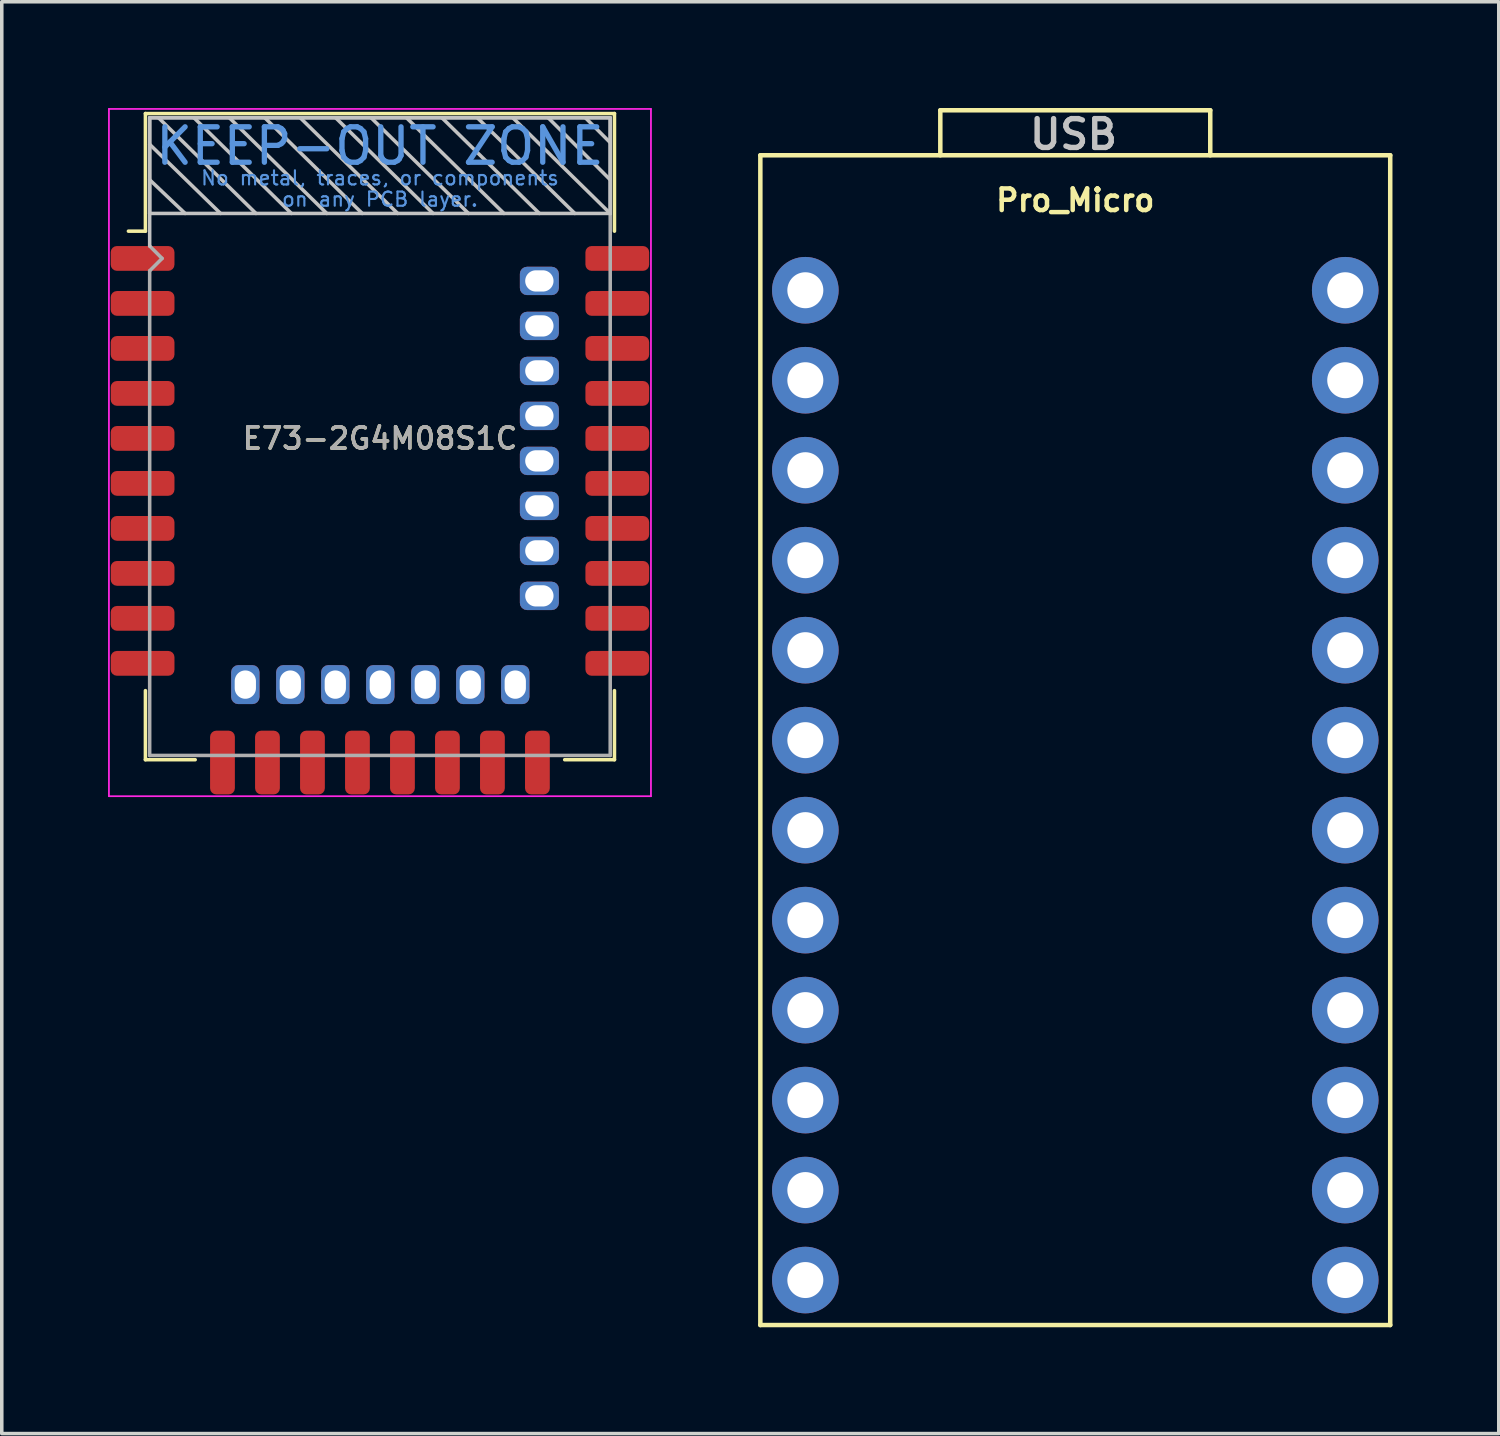
<source format=kicad_pcb>
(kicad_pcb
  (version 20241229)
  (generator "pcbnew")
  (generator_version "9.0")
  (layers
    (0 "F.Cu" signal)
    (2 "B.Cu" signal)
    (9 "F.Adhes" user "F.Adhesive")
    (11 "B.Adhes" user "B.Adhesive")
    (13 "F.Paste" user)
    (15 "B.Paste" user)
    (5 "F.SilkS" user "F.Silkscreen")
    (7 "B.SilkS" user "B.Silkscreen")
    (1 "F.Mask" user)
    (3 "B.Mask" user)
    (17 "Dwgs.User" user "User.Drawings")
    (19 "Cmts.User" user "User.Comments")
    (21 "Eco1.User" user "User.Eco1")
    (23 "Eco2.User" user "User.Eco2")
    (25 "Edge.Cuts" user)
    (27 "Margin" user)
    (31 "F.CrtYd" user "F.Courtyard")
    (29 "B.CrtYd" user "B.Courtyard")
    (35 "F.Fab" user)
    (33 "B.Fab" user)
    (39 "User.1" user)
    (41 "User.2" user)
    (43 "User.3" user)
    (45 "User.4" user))
  (footprint "E73-2G4M08S1C"
    (layer "F.Cu")
    (at 7.675 9.325)
    (property "Reference" "E73-2G4M08S1C" (at 0 0 0) (layer "F.SilkS") (effects (font (size 0.6 0.6) (thickness 0.1))))
    (attr smd)
    (fp_line (start -6.62 -9.17) (end -6.62 -5.85) (stroke (width 0.1) (type solid)) (layer "F.SilkS"))
    (fp_line (start -6.62 -5.85) (end -7.1 -5.85) (stroke (width 0.1) (type solid)) (layer "F.SilkS"))
    (fp_line (start -6.62 9.07) (end -6.62 7.12) (stroke (width 0.1) (type solid)) (layer "F.SilkS"))
    (fp_line (start -6.62 9.07) (end -5.215 9.07) (stroke (width 0.1) (type solid)) (layer "F.SilkS"))
    (fp_line (start 6.62 -9.17) (end -6.62 -9.17) (stroke (width 0.1) (type solid)) (layer "F.SilkS"))
    (fp_line (start 6.62 -9.17) (end 6.62 -5.85) (stroke (width 0.1) (type solid)) (layer "F.SilkS"))
    (fp_line (start 6.62 9.07) (end 5.215 9.07) (stroke (width 0.1) (type solid)) (layer "F.SilkS"))
    (fp_line (start 6.62 9.07) (end 6.62 7.12) (stroke (width 0.1) (type solid)) (layer "F.SilkS"))
    (fp_line (start -6.5 -9.05) (end 6.5 -9.05) (stroke (width 0.1) (type solid)) (layer "Dwgs.User"))
    (fp_line (start -6.5 -8.3) (end -4.5 -6.35) (stroke (width 0.1) (type solid)) (layer "Dwgs.User"))
    (fp_line (start -6.5 -5.43) (end -6.5 -9.05) (stroke (width 0.1) (type solid)) (layer "Dwgs.User"))
    (fp_line (start -5.5 -6.35) (end -6.5 -7.3) (stroke (width 0.1) (type solid)) (layer "Dwgs.User"))
    (fp_line (start -5.25 -9.05) (end -2.5 -6.35) (stroke (width 0.1) (type solid)) (layer "Dwgs.User"))
    (fp_line (start -3.5 -6.35) (end -6.25 -9.05) (stroke (width 0.1) (type solid)) (layer "Dwgs.User"))
    (fp_line (start -3.25 -9.05) (end -0.5 -6.35) (stroke (width 0.1) (type solid)) (layer "Dwgs.User"))
    (fp_line (start -1.5 -6.35) (end -4.25 -9.05) (stroke (width 0.1) (type solid)) (layer "Dwgs.User"))
    (fp_line (start -1.25 -9.05) (end 1.5 -6.35) (stroke (width 0.1) (type solid)) (layer "Dwgs.User"))
    (fp_line (start 0.5 -6.35) (end -2.25 -9.05) (stroke (width 0.1) (type solid)) (layer "Dwgs.User"))
    (fp_line (start 0.75 -9.05) (end 3.5 -6.35) (stroke (width 0.1) (type solid)) (layer "Dwgs.User"))
    (fp_line (start 2.5 -6.35) (end -0.25 -9.05) (stroke (width 0.1) (type solid)) (layer "Dwgs.User"))
    (fp_line (start 2.75 -9.05) (end 5.5 -6.35) (stroke (width 0.1) (type solid)) (layer "Dwgs.User"))
    (fp_line (start 4.5 -6.35) (end 1.75 -9.05) (stroke (width 0.1) (type solid)) (layer "Dwgs.User"))
    (fp_line (start 4.75 -9.05) (end 6.5 -7.3) (stroke (width 0.1) (type solid)) (layer "Dwgs.User"))
    (fp_line (start 5.8 -9.05) (end 6.5 -8.35) (stroke (width 0.1) (type solid)) (layer "Dwgs.User"))
    (fp_line (start 6.5 -9.05) (end 6.5 -6.35) (stroke (width 0.1) (type solid)) (layer "Dwgs.User"))
    (fp_line (start 6.5 -6.35) (end -6.5 -6.35) (stroke (width 0.1) (type solid)) (layer "Dwgs.User"))
    (fp_line (start 6.5 -6.35) (end 3.75 -9.05) (stroke (width 0.1) (type solid)) (layer "Dwgs.User"))
    (fp_line (start -7.65 -9.3) (end -7.65 10.1) (stroke (width 0.05) (type solid)) (layer "F.CrtYd"))
    (fp_line (start -7.65 10.1) (end 7.65 10.1) (stroke (width 0.05) (type solid)) (layer "F.CrtYd"))
    (fp_line (start 7.65 -9.3) (end -7.65 -9.3) (stroke (width 0.05) (type solid)) (layer "F.CrtYd"))
    (fp_line (start 7.65 10.1) (end 7.65 -9.3) (stroke (width 0.05) (type solid)) (layer "F.CrtYd"))
    (fp_line (start -6.5 -6.35) (end -6.5 -9.05) (stroke (width 0.1) (type solid)) (layer "F.Fab"))
    (fp_line (start -6.5 -5.43) (end -6.15 -5.08) (stroke (width 0.1) (type solid)) (layer "F.Fab"))
    (fp_line (start -6.5 -4.73) (end -6.5 8.95) (stroke (width 0.1) (type solid)) (layer "F.Fab"))
    (fp_line (start -6.5 8.95) (end 6.5 8.95) (stroke (width 0.1) (type solid)) (layer "F.Fab"))
    (fp_line (start -6.15 -5.08) (end -6.5 -4.73) (stroke (width 0.1) (type solid)) (layer "F.Fab"))
    (fp_line (start 6.5 -9.05) (end -6.5 -9.05) (stroke (width 0.1) (type solid)) (layer "F.Fab"))
    (fp_line (start 6.5 8.95) (end 6.5 -9.05) (stroke (width 0.1) (type solid)) (layer "F.Fab"))
    (fp_text user "KEEP-OUT ZONE" (at 0 -8.25 0) (layer "Cmts.User") (effects (font (size 1 1) (thickness 0.15))))
    (fp_text user "No metal, traces, or components" (at 0 -7.35 0) (layer "Cmts.User") (effects (font (size 0.4 0.4) (thickness 0.06))))
    (fp_text user "on any PCB layer." (at 0 -6.75 0) (layer "Cmts.User") (effects (font (size 0.4 0.4) (thickness 0.06))))
    (fp_text user "${REFERENCE}" (at 0 0 0) (layer "F.Fab") (effects (font (size 0.6 0.6) (thickness 0.1))))
    (pad "1" smd roundrect (at -6.7 -5.08) (size 1.8 0.7) (layers "F.Cu" "F.Mask" "F.Paste") (roundrect_rratio 0.25))
    (pad "2" smd roundrect (at -6.7 -3.81) (size 1.8 0.7) (layers "F.Cu" "F.Mask" "F.Paste") (roundrect_rratio 0.25))
    (pad "3" smd roundrect (at -6.7 -2.54) (size 1.8 0.7) (layers "F.Cu" "F.Mask" "F.Paste") (roundrect_rratio 0.25))
    (pad "4" smd roundrect (at -6.7 -1.27) (size 1.8 0.7) (layers "F.Cu" "F.Mask" "F.Paste") (roundrect_rratio 0.25))
    (pad "5" smd roundrect (at -6.7 0) (size 1.8 0.7) (layers "F.Cu" "F.Mask" "F.Paste") (roundrect_rratio 0.25))
    (pad "6" smd roundrect (at -6.7 1.27) (size 1.8 0.7) (layers "F.Cu" "F.Mask" "F.Paste") (roundrect_rratio 0.25))
    (pad "7" smd roundrect (at -6.7 2.54) (size 1.8 0.7) (layers "F.Cu" "F.Mask" "F.Paste") (roundrect_rratio 0.25))
    (pad "8" smd roundrect (at -6.7 3.81) (size 1.8 0.7) (layers "F.Cu" "F.Mask" "F.Paste") (roundrect_rratio 0.25))
    (pad "9" smd roundrect (at -6.7 5.08) (size 1.8 0.7) (layers "F.Cu" "F.Mask" "F.Paste") (roundrect_rratio 0.25))
    (pad "10" smd roundrect (at -6.7 6.35) (size 1.8 0.7) (layers "F.Cu" "F.Mask" "F.Paste") (roundrect_rratio 0.25))
    (pad "11" smd roundrect (at -4.445 9.15) (size 0.7 1.8) (layers "F.Cu" "F.Mask" "F.Paste") (roundrect_rratio 0.25))
    (pad "12" thru_hole roundrect (at -3.8 6.95) (size 0.8 1.1) (drill oval 0.6 0.8) (layers "*.Cu" "*.Mask") (roundrect_rratio 0.25))
    (pad "13" smd roundrect (at -3.175 9.15) (size 0.7 1.8) (layers "F.Cu" "F.Mask" "F.Paste") (roundrect_rratio 0.25))
    (pad "14" thru_hole roundrect (at -2.53 6.95) (size 0.8 1.1) (drill oval 0.6 0.8) (layers "*.Cu" "*.Mask") (roundrect_rratio 0.25))
    (pad "15" smd roundrect (at -1.905 9.15) (size 0.7 1.8) (layers "F.Cu" "F.Mask" "F.Paste") (roundrect_rratio 0.25))
    (pad "16" thru_hole roundrect (at -1.26 6.95) (size 0.8 1.1) (drill oval 0.6 0.8) (layers "*.Cu" "*.Mask") (roundrect_rratio 0.25))
    (pad "17" smd roundrect (at -0.635 9.15) (size 0.7 1.8) (layers "F.Cu" "F.Mask" "F.Paste") (roundrect_rratio 0.25))
    (pad "18" thru_hole roundrect (at 0.01 6.95) (size 0.8 1.1) (drill oval 0.6 0.8) (layers "*.Cu" "*.Mask") (roundrect_rratio 0.25))
    (pad "19" smd roundrect (at 0.635 9.15) (size 0.7 1.8) (layers "F.Cu" "F.Mask" "F.Paste") (roundrect_rratio 0.25))
    (pad "20" thru_hole roundrect (at 1.28 6.95) (size 0.8 1.1) (drill oval 0.6 0.8) (layers "*.Cu" "*.Mask") (roundrect_rratio 0.25))
    (pad "21" smd roundrect (at 1.905 9.15) (size 0.7 1.8) (layers "F.Cu" "F.Mask" "F.Paste") (roundrect_rratio 0.25))
    (pad "22" thru_hole roundrect (at 2.55 6.95) (size 0.8 1.1) (drill oval 0.6 0.8) (layers "*.Cu" "*.Mask") (roundrect_rratio 0.25))
    (pad "23" smd roundrect (at 3.175 9.15) (size 0.7 1.8) (layers "F.Cu" "F.Mask" "F.Paste") (roundrect_rratio 0.25))
    (pad "24" thru_hole roundrect (at 3.82 6.95) (size 0.8 1.1) (drill oval 0.6 0.8) (layers "*.Cu" "*.Mask") (roundrect_rratio 0.25))
    (pad "25" smd roundrect (at 4.445 9.15) (size 0.7 1.8) (layers "F.Cu" "F.Mask" "F.Paste") (roundrect_rratio 0.25))
    (pad "26" smd roundrect (at 6.7 6.35) (size 1.8 0.7) (layers "F.Cu" "F.Mask" "F.Paste") (roundrect_rratio 0.25))
    (pad "27" smd roundrect (at 6.7 5.08) (size 1.8 0.7) (layers "F.Cu" "F.Mask" "F.Paste") (roundrect_rratio 0.25))
    (pad "28" thru_hole roundrect (at 4.5 4.445) (size 1.1 0.8) (drill oval 0.8 0.6) (layers "*.Cu" "*.Mask") (roundrect_rratio 0.25))
    (pad "29" smd roundrect (at 6.7 3.81) (size 1.8 0.7) (layers "F.Cu" "F.Mask" "F.Paste") (roundrect_rratio 0.25))
    (pad "30" thru_hole roundrect (at 4.5 3.175) (size 1.1 0.8) (drill oval 0.8 0.6) (layers "*.Cu" "*.Mask") (roundrect_rratio 0.25))
    (pad "31" smd roundrect (at 6.7 2.54) (size 1.8 0.7) (layers "F.Cu" "F.Mask" "F.Paste") (roundrect_rratio 0.25))
    (pad "32" thru_hole roundrect (at 4.5 1.905) (size 1.1 0.8) (drill oval 0.8 0.6) (layers "*.Cu" "*.Mask") (roundrect_rratio 0.25))
    (pad "33" smd roundrect (at 6.7 1.27) (size 1.8 0.7) (layers "F.Cu" "F.Mask" "F.Paste") (roundrect_rratio 0.25))
    (pad "34" thru_hole roundrect (at 4.5 0.635) (size 1.1 0.8) (drill oval 0.8 0.6) (layers "*.Cu" "*.Mask") (roundrect_rratio 0.25))
    (pad "35" smd roundrect (at 6.7 0) (size 1.8 0.7) (layers "F.Cu" "F.Mask" "F.Paste") (roundrect_rratio 0.25))
    (pad "36" thru_hole roundrect (at 4.5 -0.635) (size 1.1 0.8) (drill oval 0.8 0.6) (layers "*.Cu" "*.Mask") (roundrect_rratio 0.25))
    (pad "37" smd roundrect (at 6.7 -1.27) (size 1.8 0.7) (layers "F.Cu" "F.Mask" "F.Paste") (roundrect_rratio 0.25))
    (pad "38" thru_hole roundrect (at 4.5 -1.905) (size 1.1 0.8) (drill oval 0.8 0.6) (layers "*.Cu" "*.Mask") (roundrect_rratio 0.25))
    (pad "39" smd roundrect (at 6.7 -2.54) (size 1.8 0.7) (layers "F.Cu" "F.Mask" "F.Paste") (roundrect_rratio 0.25))
    (pad "40" thru_hole roundrect (at 4.5 -3.175) (size 1.1 0.8) (drill oval 0.8 0.6) (layers "*.Cu" "*.Mask") (roundrect_rratio 0.25))
    (pad "41" smd roundrect (at 6.7 -3.81) (size 1.8 0.7) (layers "F.Cu" "F.Mask" "F.Paste") (roundrect_rratio 0.25))
    (pad "42" thru_hole roundrect (at 4.5 -4.445) (size 1.1 0.8) (drill oval 0.8 0.6) (layers "*.Cu" "*.Mask") (roundrect_rratio 0.25))
    (pad "43" smd roundrect (at 6.7 -5.08) (size 1.8 0.7) (layers "F.Cu" "F.Mask" "F.Paste") (roundrect_rratio 0.25)))
  (footprint "Pro_Micro"
    (layer "F.Cu")
    (at 27.303 17.843)
    (property "Reference" "Pro_Micro" (at 0 -15.24 0) (layer "F.SilkS") (effects (font (size 0.61 0.61) (thickness 0.127))))
    (attr exclude_from_pos_files exclude_from_bom)
    (fp_line (start -8.89 -16.51) (end -8.89 16.51) (stroke (width 0.127) (type solid)) (layer "F.SilkS"))
    (fp_line (start -8.89 16.51) (end 8.89 16.51) (stroke (width 0.127) (type solid)) (layer "F.SilkS"))
    (fp_line (start -3.81 -17.78) (end 3.81 -17.78) (stroke (width 0.127) (type solid)) (layer "F.SilkS"))
    (fp_line (start -3.81 -16.51) (end -3.81 -17.78) (stroke (width 0.127) (type solid)) (layer "F.SilkS"))
    (fp_line (start 3.81 -17.78) (end 3.81 -16.51) (stroke (width 0.127) (type solid)) (layer "F.SilkS"))
    (fp_line (start 8.89 -16.51) (end -8.89 -16.51) (stroke (width 0.127) (type solid)) (layer "F.SilkS"))
    (fp_line (start 8.89 16.51) (end 8.89 -16.51) (stroke (width 0.127) (type solid)) (layer "F.SilkS"))
    (fp_text user "USB" (at -0.051 -17.1 0) (layer "Dwgs.User") (effects (font (size 0.813 0.813) (thickness 0.152))))
    (pad "1" thru_hole circle (at -7.62 -12.7) (size 1.88 1.88) (drill 1.016) (layers "*.Cu" "*.Mask"))
    (pad "2" thru_hole circle (at -7.62 -10.16) (size 1.88 1.88) (drill 1.016) (layers "*.Cu" "*.Mask"))
    (pad "3" thru_hole circle (at -7.62 -7.62) (size 1.88 1.88) (drill 1.016) (layers "*.Cu" "*.Mask"))
    (pad "4" thru_hole circle (at -7.62 -5.08) (size 1.88 1.88) (drill 1.016) (layers "*.Cu" "*.Mask"))
    (pad "5" thru_hole circle (at -7.62 -2.54) (size 1.88 1.88) (drill 1.016) (layers "*.Cu" "*.Mask"))
    (pad "6" thru_hole circle (at -7.62 0) (size 1.88 1.88) (drill 1.016) (layers "*.Cu" "*.Mask"))
    (pad "7" thru_hole circle (at -7.62 2.54) (size 1.88 1.88) (drill 1.016) (layers "*.Cu" "*.Mask"))
    (pad "8" thru_hole circle (at -7.62 5.08) (size 1.88 1.88) (drill 1.016) (layers "*.Cu" "*.Mask"))
    (pad "9" thru_hole circle (at -7.62 7.62) (size 1.88 1.88) (drill 1.016) (layers "*.Cu" "*.Mask"))
    (pad "10" thru_hole circle (at -7.62 10.16) (size 1.88 1.88) (drill 1.016) (layers "*.Cu" "*.Mask"))
    (pad "11" thru_hole circle (at -7.62 12.7) (size 1.88 1.88) (drill 1.016) (layers "*.Cu" "*.Mask"))
    (pad "12" thru_hole circle (at -7.62 15.24) (size 1.88 1.88) (drill 1.016) (layers "*.Cu" "*.Mask"))
    (pad "13" thru_hole circle (at 7.62 15.24) (size 1.88 1.88) (drill 1.016) (layers "*.Cu" "*.Mask"))
    (pad "14" thru_hole circle (at 7.62 12.7) (size 1.88 1.88) (drill 1.016) (layers "*.Cu" "*.Mask"))
    (pad "15" thru_hole circle (at 7.62 10.16) (size 1.88 1.88) (drill 1.016) (layers "*.Cu" "*.Mask"))
    (pad "16" thru_hole circle (at 7.62 7.62) (size 1.88 1.88) (drill 1.016) (layers "*.Cu" "*.Mask"))
    (pad "17" thru_hole circle (at 7.62 5.08) (size 1.88 1.88) (drill 1.016) (layers "*.Cu" "*.Mask"))
    (pad "18" thru_hole circle (at 7.62 2.54) (size 1.88 1.88) (drill 1.016) (layers "*.Cu" "*.Mask"))
    (pad "19" thru_hole circle (at 7.62 0) (size 1.88 1.88) (drill 1.016) (layers "*.Cu" "*.Mask"))
    (pad "20" thru_hole circle (at 7.62 -2.54) (size 1.88 1.88) (drill 1.016) (layers "*.Cu" "*.Mask"))
    (pad "21" thru_hole circle (at 7.62 -5.08) (size 1.88 1.88) (drill 1.016) (layers "*.Cu" "*.Mask"))
    (pad "22" thru_hole circle (at 7.62 -7.62) (size 1.88 1.88) (drill 1.016) (layers "*.Cu" "*.Mask"))
    (pad "23" thru_hole circle (at 7.62 -10.16) (size 1.88 1.88) (drill 1.016) (layers "*.Cu" "*.Mask"))
    (pad "24" thru_hole circle (at 7.62 -12.7) (size 1.88 1.88) (drill 1.016) (layers "*.Cu" "*.Mask")))
  (gr_rect
    (start -3 -3)
    (end 39.257 37.417)
    (stroke (width 0.1) (type default))
    (fill no)
    (layer "Edge.Cuts")))
</source>
